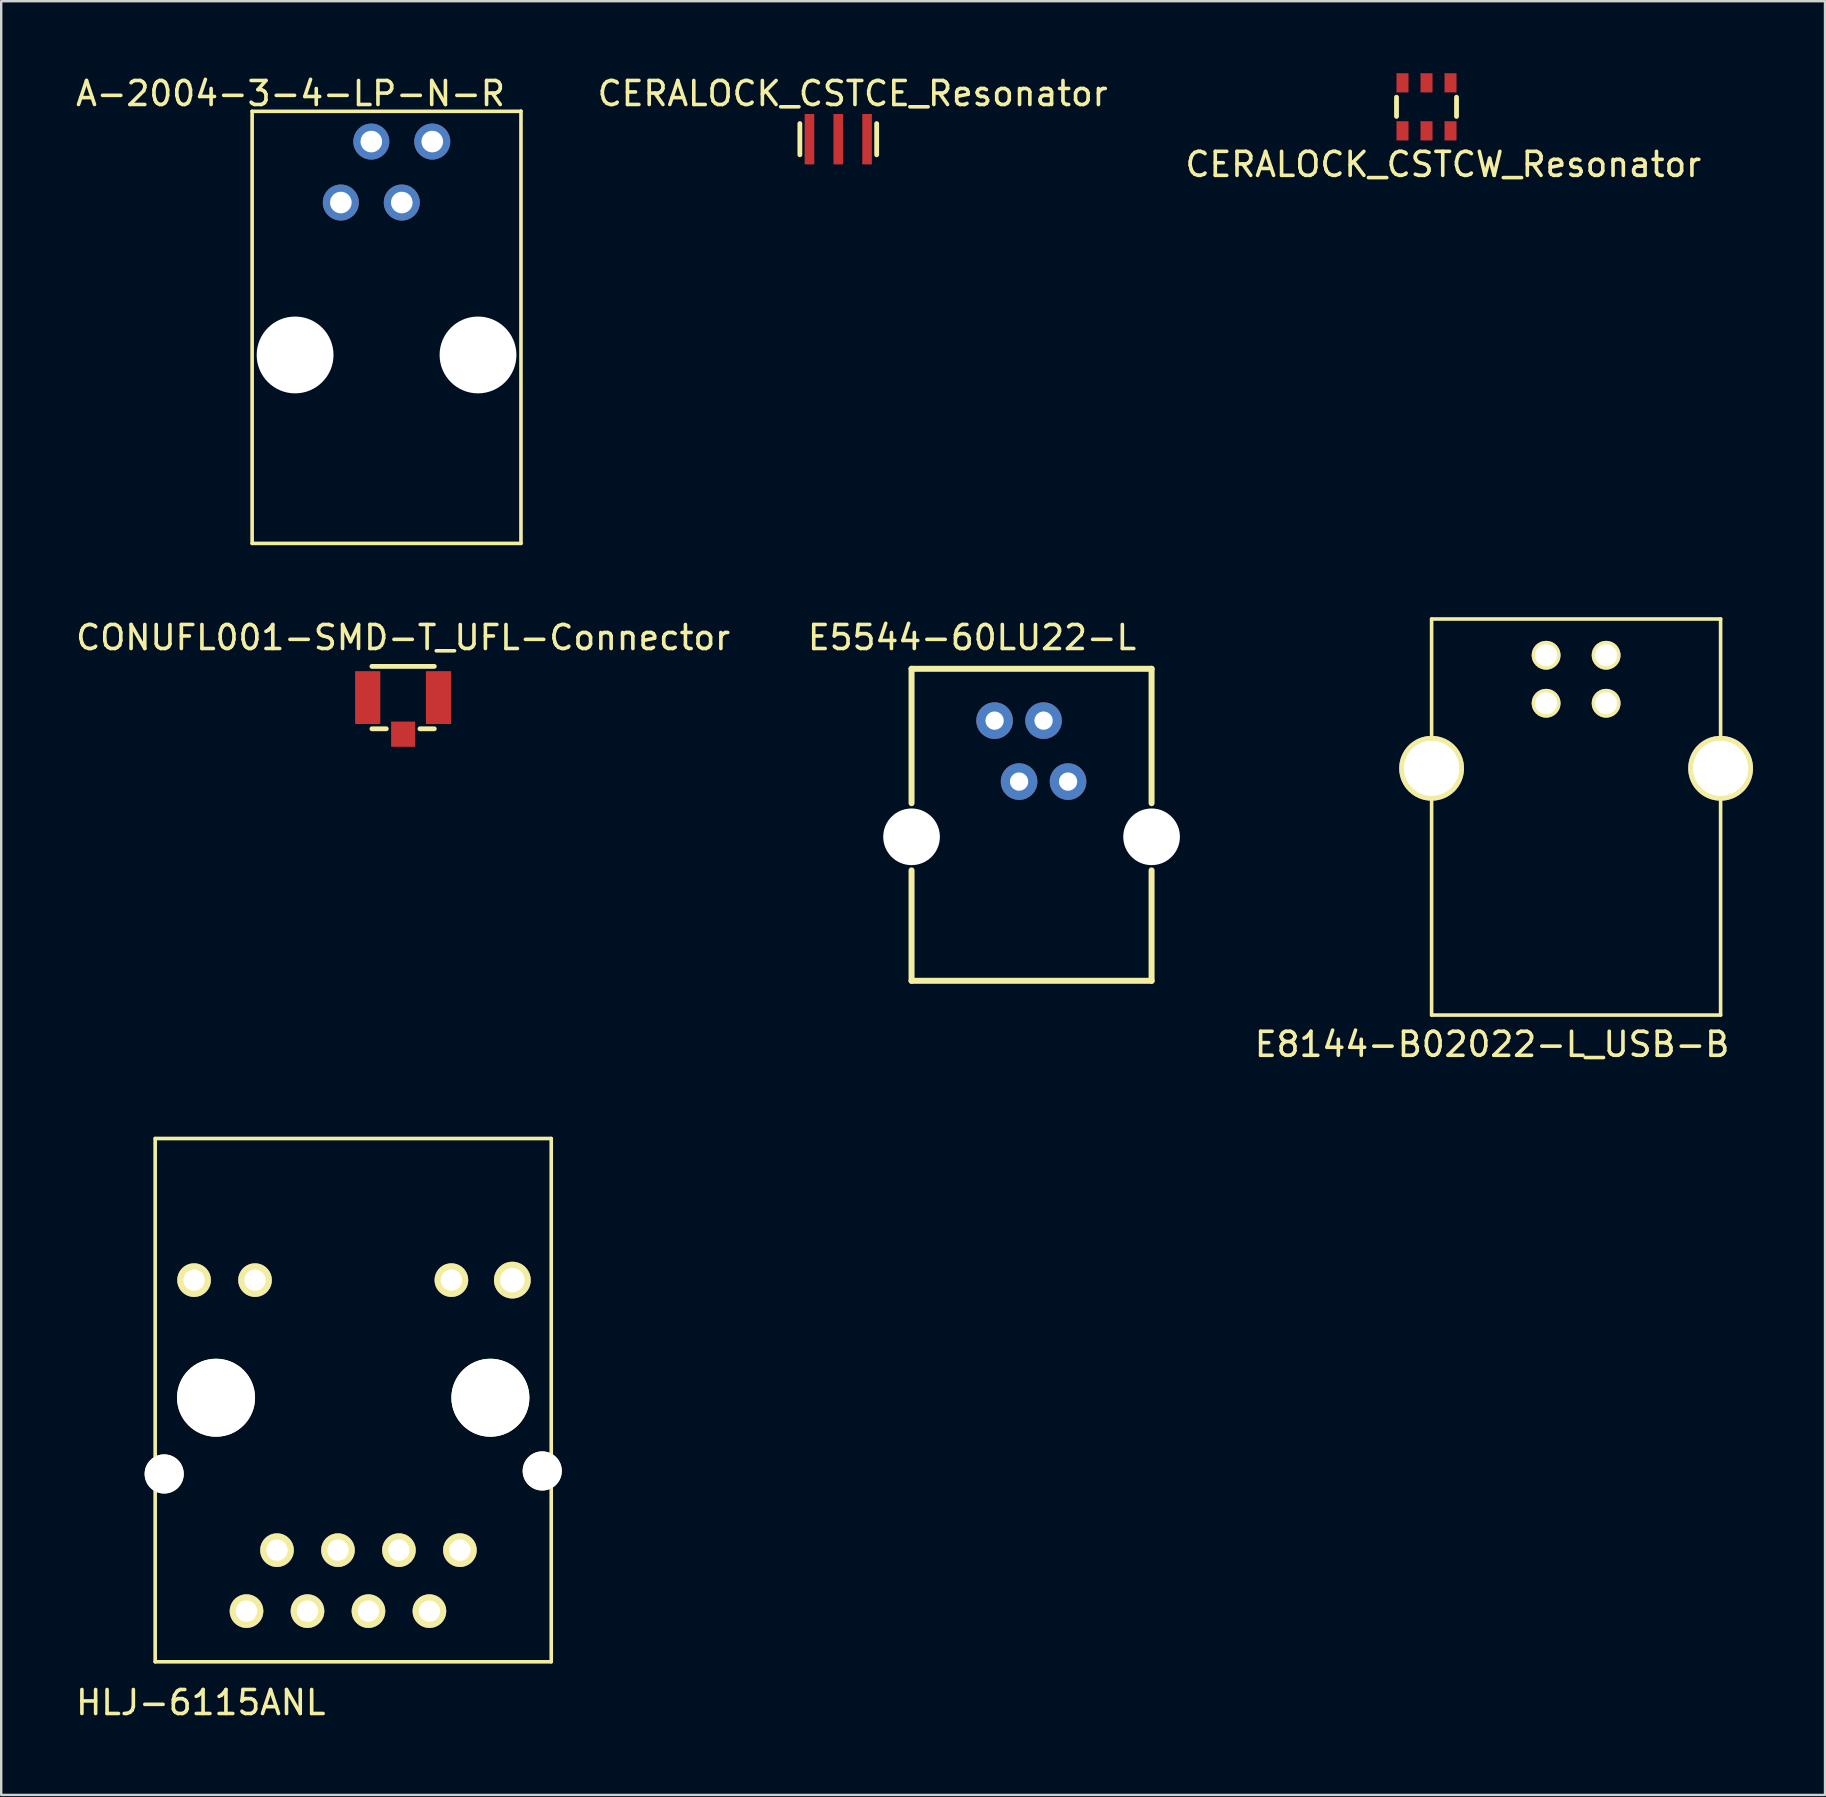
<source format=kicad_pcb>
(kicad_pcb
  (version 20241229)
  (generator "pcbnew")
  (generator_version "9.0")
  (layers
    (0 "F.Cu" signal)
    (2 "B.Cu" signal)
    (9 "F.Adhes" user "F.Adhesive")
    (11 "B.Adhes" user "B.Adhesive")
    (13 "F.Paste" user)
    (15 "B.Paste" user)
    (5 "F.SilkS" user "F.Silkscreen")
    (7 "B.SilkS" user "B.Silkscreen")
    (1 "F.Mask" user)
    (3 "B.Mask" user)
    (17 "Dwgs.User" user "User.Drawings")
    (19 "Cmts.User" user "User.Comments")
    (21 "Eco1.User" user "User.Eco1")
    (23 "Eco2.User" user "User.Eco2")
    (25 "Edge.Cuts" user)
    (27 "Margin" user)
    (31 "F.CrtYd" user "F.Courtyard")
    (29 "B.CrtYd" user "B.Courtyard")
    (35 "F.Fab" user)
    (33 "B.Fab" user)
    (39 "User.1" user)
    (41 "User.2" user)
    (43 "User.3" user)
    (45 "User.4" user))
  (footprint "E8144-B02022-L_USB-B"
    (layer "F.Cu")
    (at 62.612 28.958)
    (property "Reference" "E8144-B02022-L_USB-B" (at -3.5 11.5 0) (layer "F.SilkS") (effects (font (size 1 1) (thickness 0.15))))
    (attr through_hole)
    (fp_line (start -6.02 -6.22) (end -6.02 10.28) (stroke (width 0.15) (type solid)) (layer "F.SilkS"))
    (fp_line (start -6.02 -6.22) (end 6.02 -6.22) (stroke (width 0.15) (type solid)) (layer "F.SilkS"))
    (fp_line (start -6.02 10.28) (end 6.02 10.28) (stroke (width 0.15) (type solid)) (layer "F.SilkS"))
    (fp_line (start 6.02 -6.22) (end 6.02 10.28) (stroke (width 0.15) (type solid)) (layer "F.SilkS"))
    (pad "" thru_hole circle (at -6.02 0) (size 2.7 2.7) (drill 2.3) (layers "*.Cu" "*.Mask" "F.SilkS"))
    (pad "" thru_hole circle (at 6.02 0) (size 2.7 2.7) (drill 2.3) (layers "*.Cu" "*.Mask" "F.SilkS"))
    (pad "1" thru_hole circle (at 1.25 -4.71) (size 1.2 1.2) (drill 0.92) (layers "*.Cu" "*.Mask" "F.SilkS"))
    (pad "2" thru_hole circle (at -1.25 -4.71) (size 1.2 1.2) (drill 0.92) (layers "*.Cu" "*.Mask" "F.SilkS"))
    (pad "3" thru_hole circle (at -1.25 -2.71) (size 1.2 1.2) (drill 0.92) (layers "*.Cu" "*.Mask" "F.SilkS"))
    (pad "4" thru_hole circle (at 1.25 -2.71) (size 1.2 1.2) (drill 0.92) (layers "*.Cu" "*.Mask" "F.SilkS")))
  (footprint "E5544-60LU22-L"
    (layer "F.Cu")
    (at 41.446 29.512)
    (property "Reference" "E5544-60LU22-L" (at -4 -6 0) (layer "F.SilkS") (effects (font (size 1 1) (thickness 0.15))))
    (attr through_hole)
    (fp_line (start -6.52 -4.7) (end -6.52 0.9) (stroke (width 0.25) (type solid)) (layer "F.SilkS"))
    (fp_line (start -6.52 -4.7) (end 3.48 -4.7) (stroke (width 0.25) (type solid)) (layer "F.SilkS"))
    (fp_line (start -6.52 3.7) (end -6.52 8.3) (stroke (width 0.25) (type solid)) (layer "F.SilkS"))
    (fp_line (start -6.52 8.3) (end 3.48 8.3) (stroke (width 0.25) (type solid)) (layer "F.SilkS"))
    (fp_line (start 3.48 -4.7) (end 3.48 0.9) (stroke (width 0.25) (type solid)) (layer "F.SilkS"))
    (fp_line (start 3.48 3.7) (end 3.48 8.3) (stroke (width 0.25) (type solid)) (layer "F.SilkS"))
    (pad "" np_thru_hole circle (at -6.52 2.3) (size 2.36 2.36) (drill 2.36) (layers "*.Cu" "*.Mask"))
    (pad "" np_thru_hole circle (at 3.48 2.3) (size 2.36 2.36) (drill 2.36) (layers "*.Cu" "*.Mask"))
    (pad "1" thru_hole circle (at 0 0) (size 1.524 1.524) (drill 0.762) (layers "*.Cu" "*.Mask"))
    (pad "2" thru_hole circle (at -1.02 -2.54) (size 1.524 1.524) (drill 0.762) (layers "*.Cu" "*.Mask"))
    (pad "3" thru_hole circle (at -2.04 0) (size 1.524 1.524) (drill 0.762) (layers "*.Cu" "*.Mask"))
    (pad "4" thru_hole circle (at -3.06 -2.54) (size 1.524 1.524) (drill 0.762) (layers "*.Cu" "*.Mask")))
  (footprint "CERALOCK_CSTCE_Resonator"
    (layer "F.Cu")
    (at 31.873 2.748)
    (property "Reference" "CERALOCK_CSTCE_Resonator" (at 0.6 -1.9 0) (layer "F.SilkS") (effects (font (size 1 1) (thickness 0.15))))
    (attr through_hole)
    (fp_line (start -1.6 0.65) (end -1.6 -0.65) (stroke (width 0.2) (type solid)) (layer "F.SilkS"))
    (fp_line (start 1.6 -0.65) (end 1.6 0.65) (stroke (width 0.2) (type solid)) (layer "F.SilkS"))
    (pad "1" smd rect (at -1.2 0) (size 0.4 2.1) (layers "F.Cu" "F.Mask" "F.Paste"))
    (pad "2" smd rect (at 0 0) (size 0.4 2.1) (layers "F.Cu" "F.Mask" "F.Paste"))
    (pad "3" smd rect (at 1.2 0) (size 0.4 2.1) (layers "F.Cu" "F.Mask" "F.Paste")))
  (footprint "CONUFL001-SMD-T_UFL-Connector"
    (layer "F.Cu")
    (at 13.744 26.012)
    (property "Reference" "CONUFL001-SMD-T_UFL-Connector" (at 0 -2.5 0) (layer "F.SilkS") (effects (font (size 1 1) (thickness 0.15))))
    (attr through_hole)
    (fp_line (start -1.3 -1.3) (end 1.3 -1.3) (stroke (width 0.2) (type solid)) (layer "F.SilkS"))
    (fp_line (start -1.3 1.3) (end -0.7 1.3) (stroke (width 0.2) (type solid)) (layer "F.SilkS"))
    (fp_line (start 1.3 1.3) (end 0.7 1.3) (stroke (width 0.2) (type solid)) (layer "F.SilkS"))
    (pad "1" smd rect (at 0 1.525) (size 1 1.05) (layers "F.Cu" "F.Mask" "F.Paste"))
    (pad "2" smd rect (at -1.475 0) (size 1.05 2.2) (layers "F.Cu" "F.Mask" "F.Paste"))
    (pad "2" smd rect (at 1.475 0) (size 1.05 2.2) (layers "F.Cu" "F.Mask" "F.Paste")))
  (footprint "CERALOCK_CSTCW_Resonator"
    (layer "F.Cu")
    (at 56.38 1.4)
    (property "Reference" "CERALOCK_CSTCW_Resonator" (at 0.7 2.4 0) (layer "F.SilkS") (effects (font (size 1 1) (thickness 0.15))))
    (attr through_hole)
    (fp_line (start -1.25 -0.4) (end -1.25 0.4) (stroke (width 0.2) (type solid)) (layer "F.SilkS"))
    (fp_line (start 1.25 -0.4) (end 1.25 0.4) (stroke (width 0.2) (type solid)) (layer "F.SilkS"))
    (pad "1" smd rect (at -1 -1) (size 0.5 0.8) (layers "F.Cu" "F.Mask" "F.Paste"))
    (pad "1" smd rect (at -1 1) (size 0.5 0.8) (layers "F.Cu" "F.Mask" "F.Paste"))
    (pad "2" smd rect (at 0 -1) (size 0.5 0.8) (layers "F.Cu" "F.Mask" "F.Paste"))
    (pad "2" smd rect (at 0 1) (size 0.5 0.8) (layers "F.Cu" "F.Mask" "F.Paste"))
    (pad "3" smd rect (at 1 -1) (size 0.5 0.8) (layers "F.Cu" "F.Mask" "F.Paste"))
    (pad "3" smd rect (at 1 1) (size 0.5 0.8) (layers "F.Cu" "F.Mask" "F.Paste")))
  (footprint "A-2004-3-4-LP-N-R"
    (layer "F.Cu")
    (at 13.054 2.848)
    (property "Reference" "A-2004-3-4-LP-N-R" (at -4 -2 0) (layer "F.SilkS") (effects (font (size 1 1) (thickness 0.15))))
    (attr through_hole)
    (fp_line (start -5.6 -1.26) (end 5.6 -1.26) (stroke (width 0.15) (type solid)) (layer "F.SilkS"))
    (fp_line (start -5.6 16.74) (end -5.6 -1.26) (stroke (width 0.15) (type solid)) (layer "F.SilkS"))
    (fp_line (start -5.6 16.74) (end 5.6 16.74) (stroke (width 0.15) (type solid)) (layer "F.SilkS"))
    (fp_line (start 5.6 -1.27) (end 5.6 16.74) (stroke (width 0.15) (type solid)) (layer "F.SilkS"))
    (pad "" np_thru_hole circle (at -3.81 8.89) (size 3.2 3.2) (drill 3.2) (layers "*.Cu" "*.Mask"))
    (pad "" np_thru_hole circle (at 3.81 8.89) (size 3.2 3.2) (drill 3.2) (layers "*.Cu" "*.Mask"))
    (pad "1" thru_hole circle (at -1.905 2.54) (size 1.5 1.5) (drill 0.9) (layers "*.Cu" "*.Mask"))
    (pad "2" thru_hole circle (at -0.635 0) (size 1.5 1.5) (drill 0.9) (layers "*.Cu" "*.Mask"))
    (pad "3" thru_hole circle (at 0.635 2.54) (size 1.5 1.5) (drill 0.9) (layers "*.Cu" "*.Mask"))
    (pad "4" thru_hole circle (at 1.905 0) (size 1.5 1.5) (drill 0.9) (layers "*.Cu" "*.Mask")))
  (footprint "HLJ-6115ANL"
    (layer "F.Cu")
    (at 11.665 55.181)
    (property "Reference" "HLJ-6115ANL" (at -6.35 12.7 0) (layer "F.SilkS") (effects (font (size 1 1) (thickness 0.15))))
    (attr through_hole)
    (fp_line (start -8.25 -10.8) (end 8.25 -10.8) (stroke (width 0.15) (type solid)) (layer "F.SilkS"))
    (fp_line (start -8.25 11) (end -8.25 -10.8) (stroke (width 0.15) (type solid)) (layer "F.SilkS"))
    (fp_line (start 8.25 -10.8) (end 8.25 11) (stroke (width 0.15) (type solid)) (layer "F.SilkS"))
    (fp_line (start 8.25 11) (end -8.25 11) (stroke (width 0.15) (type solid)) (layer "F.SilkS"))
    (pad "" np_thru_hole circle (at -7.875 3.175) (size 1.63 1.63) (drill 1.63) (layers "*.Cu" "*.Mask" "F.SilkS"))
    (pad "" np_thru_hole circle (at -5.715 0) (size 3.25 3.25) (drill 3.25) (layers "*.Cu" "*.Mask" "F.SilkS"))
    (pad "" np_thru_hole circle (at 5.715 0) (size 3.25 3.25) (drill 3.25) (layers "*.Cu" "*.Mask" "F.SilkS"))
    (pad "" np_thru_hole circle (at 7.875 3.05) (size 1.63 1.63) (drill 1.63) (layers "*.Cu" "*.Mask" "F.SilkS"))
    (pad "1" thru_hole circle (at 4.445 6.35) (size 1.4 1.4) (drill 0.89) (layers "*.Cu" "*.Mask" "F.SilkS"))
    (pad "2" thru_hole circle (at 3.175 8.89) (size 1.4 1.4) (drill 0.89) (layers "*.Cu" "*.Mask" "F.SilkS"))
    (pad "3" thru_hole circle (at 1.905 6.35) (size 1.4 1.4) (drill 0.89) (layers "*.Cu" "*.Mask" "F.SilkS"))
    (pad "4" thru_hole circle (at 0.635 8.89) (size 1.4 1.4) (drill 0.89) (layers "*.Cu" "*.Mask" "F.SilkS"))
    (pad "5" thru_hole circle (at -0.635 6.35) (size 1.4 1.4) (drill 0.89) (layers "*.Cu" "*.Mask" "F.SilkS"))
    (pad "6" thru_hole circle (at -1.905 8.89) (size 1.4 1.4) (drill 0.89) (layers "*.Cu" "*.Mask" "F.SilkS"))
    (pad "7" thru_hole circle (at -3.175 6.35) (size 1.4 1.4) (drill 0.89) (layers "*.Cu" "*.Mask" "F.SilkS"))
    (pad "8" thru_hole circle (at -4.445 8.89) (size 1.4 1.4) (drill 0.89) (layers "*.Cu" "*.Mask" "F.SilkS"))
    (pad "9" thru_hole circle (at 6.63 -4.9) (size 1.53 1.53) (drill 1.02) (layers "*.Cu" "*.Mask" "F.SilkS"))
    (pad "10" thru_hole circle (at 4.09 -4.9) (size 1.4 1.4) (drill 0.89) (layers "*.Cu" "*.Mask" "F.SilkS"))
    (pad "12" thru_hole circle (at -6.63 -4.9) (size 1.4 1.4) (drill 0.89) (layers "*.Cu" "*.Mask" "F.SilkS"))
    (pad "13" thru_hole circle (at -4.09 -4.9) (size 1.4 1.4) (drill 0.89) (layers "*.Cu" "*.Mask" "F.SilkS")))
  (gr_rect
    (start -3 -3)
    (end 72.982 71.73)
    (stroke (width 0.1) (type default))
    (fill no)
    (layer "Edge.Cuts")))
</source>
